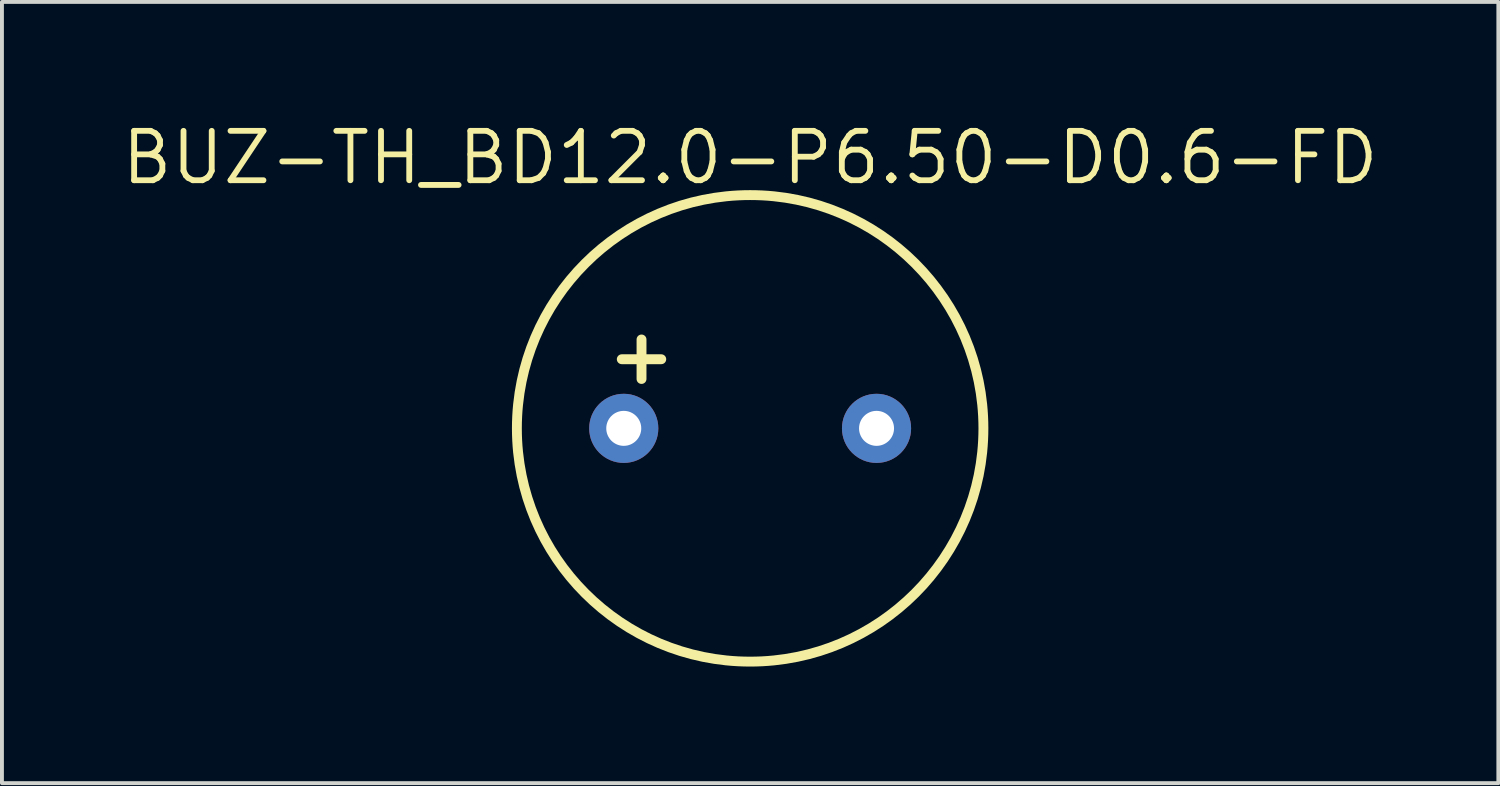
<source format=kicad_pcb>
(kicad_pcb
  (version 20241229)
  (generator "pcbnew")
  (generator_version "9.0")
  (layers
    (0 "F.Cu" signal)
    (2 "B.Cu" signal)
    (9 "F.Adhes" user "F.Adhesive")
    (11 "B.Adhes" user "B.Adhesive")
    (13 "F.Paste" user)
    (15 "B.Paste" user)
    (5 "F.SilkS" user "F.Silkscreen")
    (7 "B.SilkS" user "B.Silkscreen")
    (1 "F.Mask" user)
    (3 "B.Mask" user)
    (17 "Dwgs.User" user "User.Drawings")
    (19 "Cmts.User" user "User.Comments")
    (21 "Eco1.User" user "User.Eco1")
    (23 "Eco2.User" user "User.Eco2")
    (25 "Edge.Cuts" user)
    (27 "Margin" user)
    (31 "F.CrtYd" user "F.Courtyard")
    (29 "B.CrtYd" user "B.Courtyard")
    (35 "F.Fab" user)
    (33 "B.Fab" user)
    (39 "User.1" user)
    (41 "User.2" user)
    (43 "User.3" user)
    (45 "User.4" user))
  (footprint "BUZ-TH_BD12.0-P6.50-D0.6-FD"
    (layer "F.Cu")
    (at 16.245 7.968)
    (property "Reference" "BUZ-TH_BD12.0-P6.50-D0.6-FD" (at 0 -6.962 0) (layer "F.SilkS") (effects (font (size 1.27 1.27) (thickness 0.15))))
    (fp_line (start -3.302 -1.778) (end -2.286 -1.778) (stroke (width 0.254) (type default)) (layer "F.SilkS"))
    (fp_line (start -2.794 -2.286) (end -2.794 -1.27) (stroke (width 0.254) (type default)) (layer "F.SilkS"))
    (fp_circle (center 0 0) (end 6 0) (stroke (width 0.254) (type default)) (fill no) (layer "F.SilkS"))
    (fp_circle (center -3.251 0) (end -3.101 0) (stroke (width 0.3) (type default)) (fill no) (layer "User.4"))
    (fp_circle (center 3.251 0) (end 3.401 0) (stroke (width 0.3) (type default)) (fill no) (layer "User.4"))
    (fp_circle (center -6 6) (end -5.97 6) (stroke (width 0.06) (type default)) (fill no) (layer "User.5"))
    (pad "1" thru_hole oval (at -3.251 0) (size 1.778 1.778) (drill 0.9) (layers "*.Cu" "*.Mask"))
    (pad "2" thru_hole oval (at 3.251 0) (size 1.778 1.778) (drill 0.9) (layers "*.Cu" "*.Mask"))
    (zone (net_name "") (layer "Dwgs.User") (hatch edge 0.5) (priority 100) (connect_pads yes) (min_thickness 0) (filled_areas_thickness no) (fill yes) (polygon (pts (xy 12.758 6.444) (xy 12.758 6.19) (xy 14.028 6.19) (xy 14.028 6.444))) (filled_polygon (layer "Dwgs.User") (island) (pts (xy 12.758 6.444) (xy 12.758 6.19) (xy 14.028 6.19) (xy 14.028 6.444))))
    (zone (net_name "") (layer "Dwgs.User") (hatch edge 0.5) (priority 100) (connect_pads yes) (min_thickness 0) (filled_areas_thickness no) (fill yes) (polygon (pts (xy 13.266 5.682) (xy 13.52 5.682) (xy 13.52 6.952) (xy 13.266 6.952))) (filled_polygon (layer "Dwgs.User") (island) (pts (xy 13.266 5.682) (xy 13.52 5.682) (xy 13.52 6.952) (xy 13.266 6.952))))
    (zone (net_name "") (layer "User.3") (hatch edge 0.5) (priority 100) (connect_pads yes) (min_thickness 0) (filled_areas_thickness no) (fill yes) (polygon (pts (arc (start 10.245143 7.9677) (mid 16.245143 1.9677) (end 22.245143 7.9677)) (arc (start 22.245143 7.9677) (mid 16.245143 13.9677) (end 10.245143 7.9677)))) (filled_polygon (layer "User.3") (island) (pts (arc (start 10.245143 7.9677) (mid 16.245143 1.9677) (end 22.245143 7.9677)) (arc (start 22.245143 7.9677) (mid 16.245143 13.9677) (end 10.245143 7.9677))))))
  (gr_rect
    (start -3 -3)
    (end 35.49 17.094)
    (stroke (width 0.1) (type default))
    (fill no)
    (layer "Edge.Cuts")))
</source>
